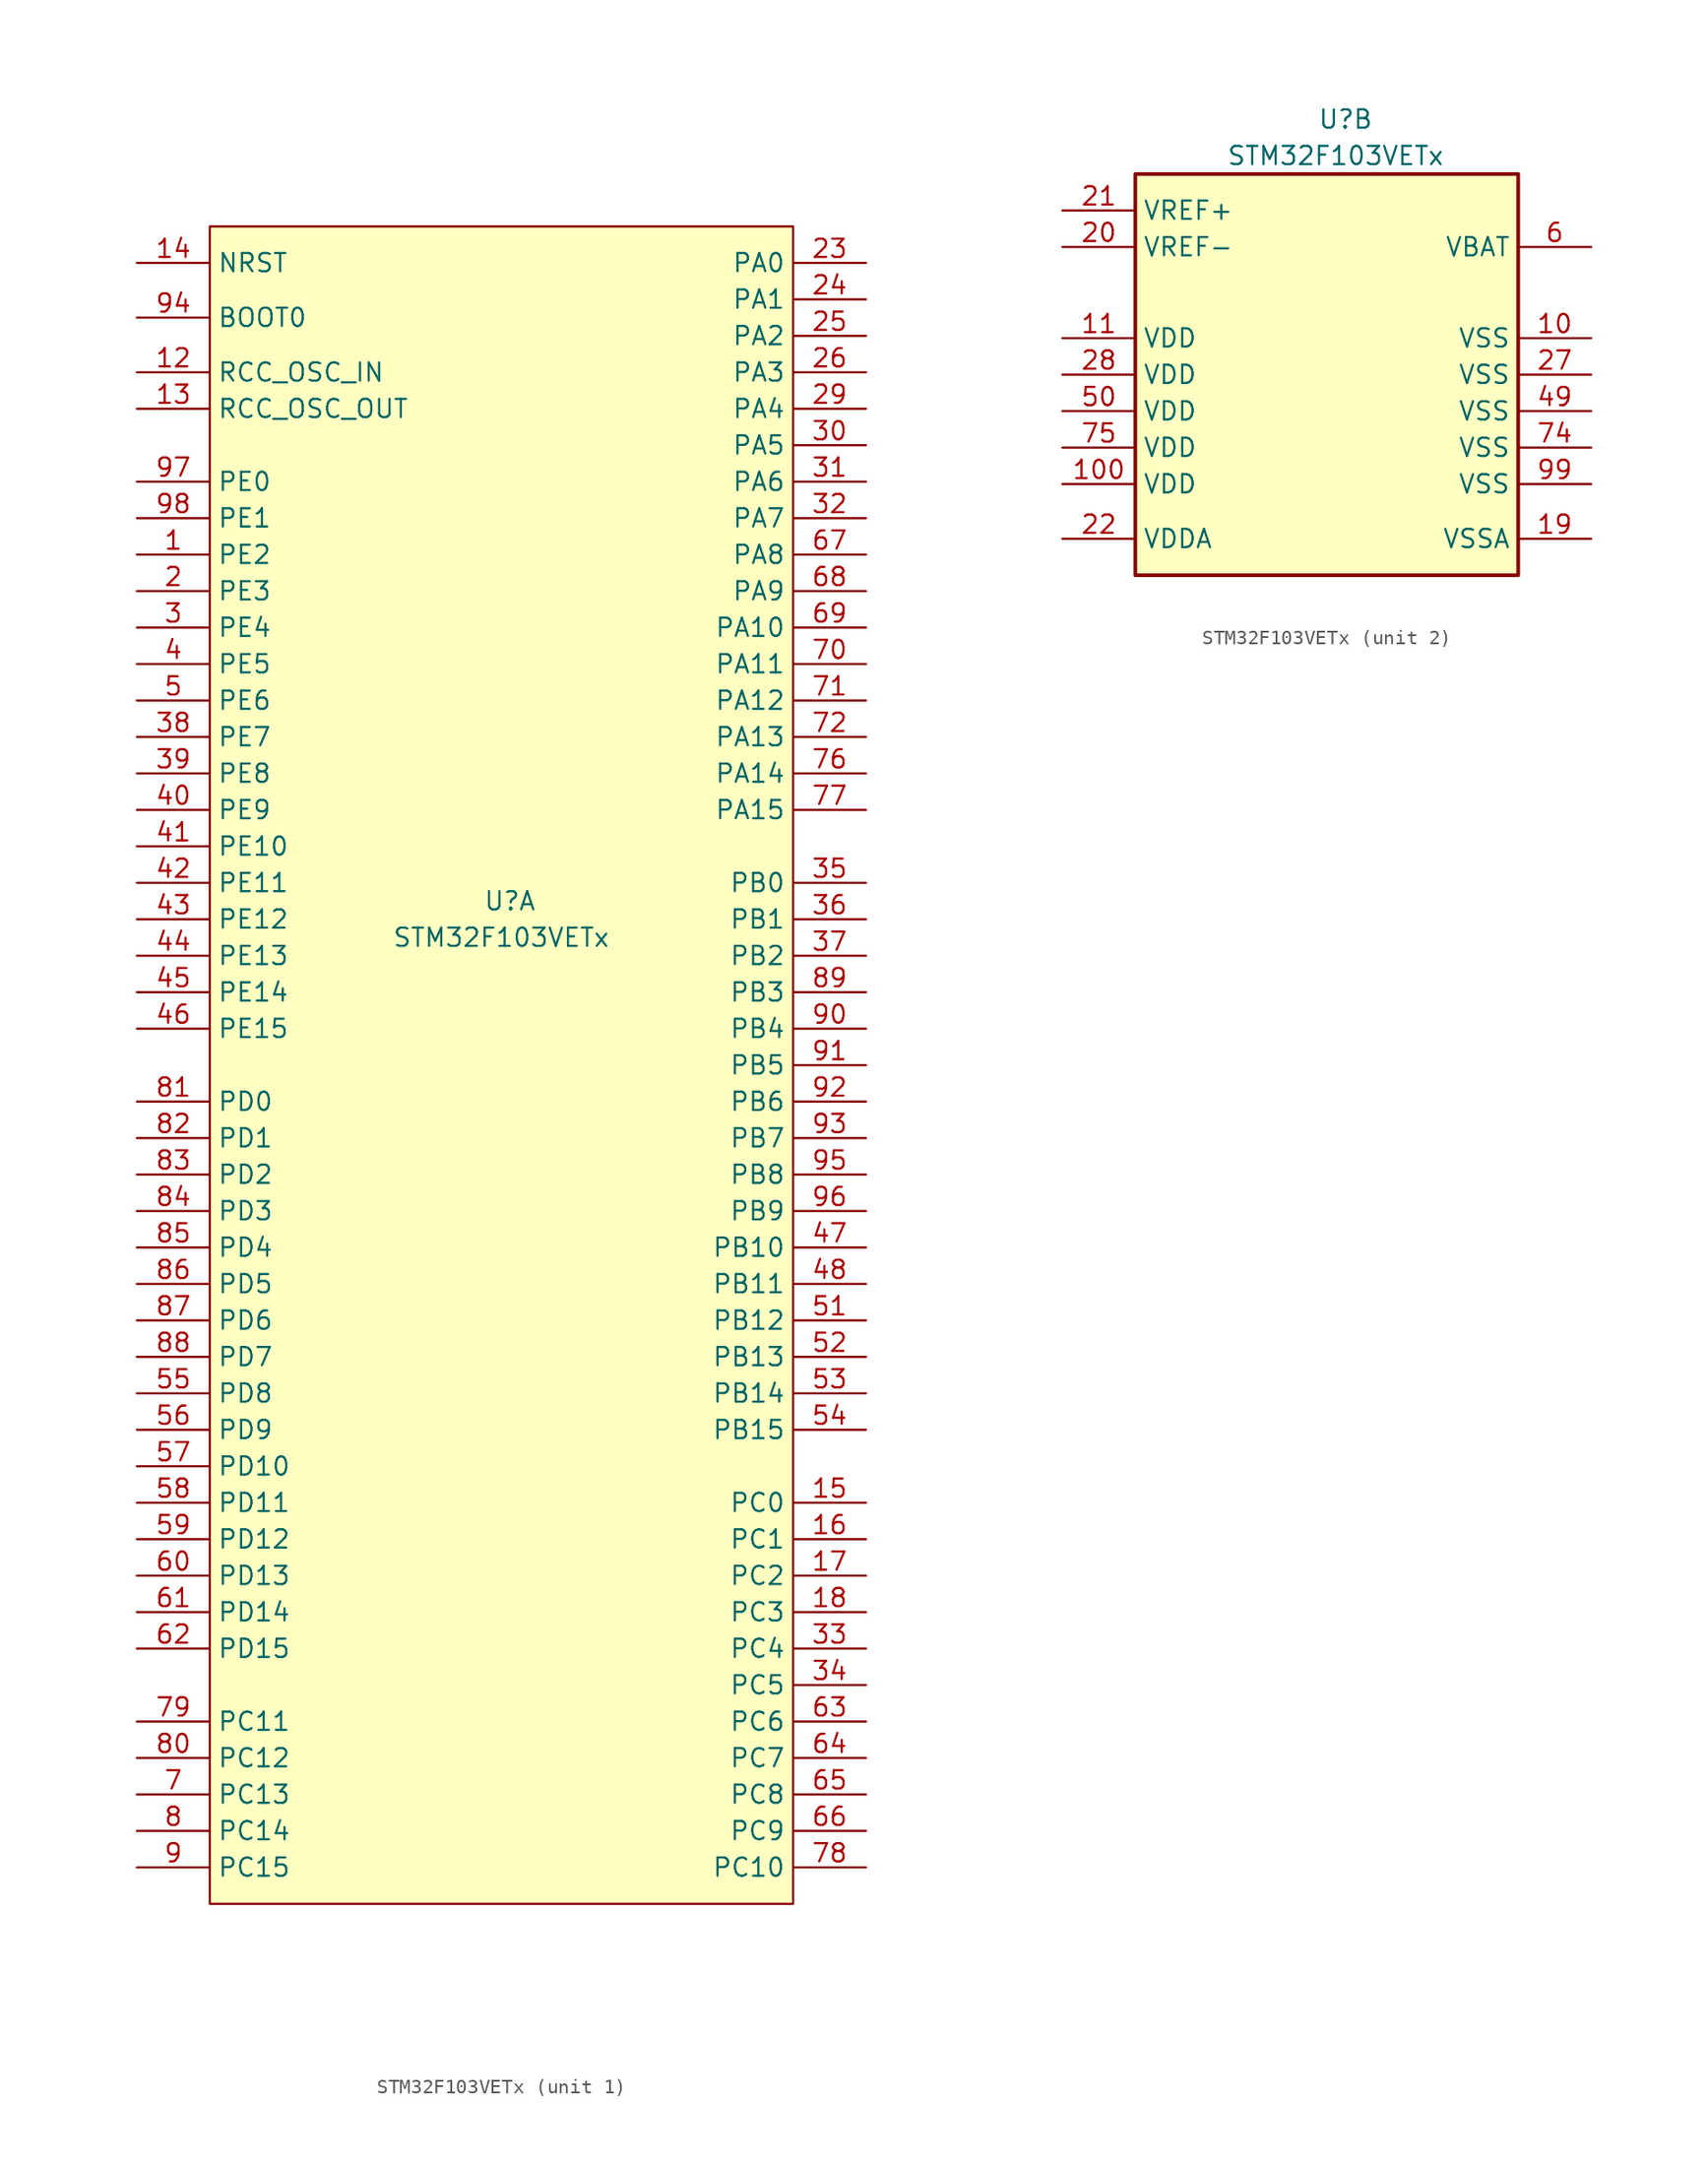
<source format=kicad_sym>
(kicad_symbol_lib
  (version 20201005)
  (generator kicad_symbol_editor)
  (symbol "CustomSymbols:STM32F103VETx"
    (property "Reference" "U"
      (at -1.27 16.51 0)
      (effects (font (size 1.27 1.27)) (justify left)))
    (property "Value" "STM32F103VETx"
      (at -7.62 13.97 0)
      (effects (font (size 1.27 1.27)) (justify left)))
    (property "ki_locked" ""
      (at 0 0 0)
      (effects (font (size 1.27 1.27))))
    (symbol "STM32F103VETx_1_1"
      (rectangle (start -20.32 63.5) (end 20.32 -53.34) (stroke (width 0.152)) (fill (type background)))
      (pin bidirectional line (at -25.4 40.64 0) (length 5.08) (name "PE2" (effects (font (size 1.27 1.27)))) (number "1" (effects (font (size 1.27 1.27)))))
      (pin input line (at -25.4 53.34 0) (length 5.08) (name "RCC_OSC_IN" (effects (font (size 1.27 1.27)))) (number "12" (effects (font (size 1.27 1.27)))))
      (pin input line (at -25.4 50.8 0) (length 5.08) (name "RCC_OSC_OUT" (effects (font (size 1.27 1.27)))) (number "13" (effects (font (size 1.27 1.27)))))
      (pin input line (at -25.4 60.96 0) (length 5.08) (name "NRST" (effects (font (size 1.27 1.27)))) (number "14" (effects (font (size 1.27 1.27)))))
      (pin bidirectional line (at 25.4 -25.4 180) (length 5.08) (name "PC0" (effects (font (size 1.27 1.27)))) (number "15" (effects (font (size 1.27 1.27)))))
      (pin bidirectional line (at 25.4 -27.94 180) (length 5.08) (name "PC1" (effects (font (size 1.27 1.27)))) (number "16" (effects (font (size 1.27 1.27)))))
      (pin bidirectional line (at 25.4 -30.48 180) (length 5.08) (name "PC2" (effects (font (size 1.27 1.27)))) (number "17" (effects (font (size 1.27 1.27)))))
      (pin bidirectional line (at 25.4 -33.02 180) (length 5.08) (name "PC3" (effects (font (size 1.27 1.27)))) (number "18" (effects (font (size 1.27 1.27)))))
      (pin bidirectional line (at -25.4 38.1 0) (length 5.08) (name "PE3" (effects (font (size 1.27 1.27)))) (number "2" (effects (font (size 1.27 1.27)))))
      (pin bidirectional line (at 25.4 60.96 180) (length 5.08) (name "PA0" (effects (font (size 1.27 1.27)))) (number "23" (effects (font (size 1.27 1.27)))))
      (pin bidirectional line (at 25.4 58.42 180) (length 5.08) (name "PA1" (effects (font (size 1.27 1.27)))) (number "24" (effects (font (size 1.27 1.27)))))
      (pin bidirectional line (at 25.4 55.88 180) (length 5.08) (name "PA2" (effects (font (size 1.27 1.27)))) (number "25" (effects (font (size 1.27 1.27)))))
      (pin bidirectional line (at 25.4 53.34 180) (length 5.08) (name "PA3" (effects (font (size 1.27 1.27)))) (number "26" (effects (font (size 1.27 1.27)))))
      (pin bidirectional line (at 25.4 50.8 180) (length 5.08) (name "PA4" (effects (font (size 1.27 1.27)))) (number "29" (effects (font (size 1.27 1.27)))))
      (pin bidirectional line (at -25.4 35.56 0) (length 5.08) (name "PE4" (effects (font (size 1.27 1.27)))) (number "3" (effects (font (size 1.27 1.27)))))
      (pin bidirectional line (at 25.4 48.26 180) (length 5.08) (name "PA5" (effects (font (size 1.27 1.27)))) (number "30" (effects (font (size 1.27 1.27)))))
      (pin bidirectional line (at 25.4 45.72 180) (length 5.08) (name "PA6" (effects (font (size 1.27 1.27)))) (number "31" (effects (font (size 1.27 1.27)))))
      (pin bidirectional line (at 25.4 43.18 180) (length 5.08) (name "PA7" (effects (font (size 1.27 1.27)))) (number "32" (effects (font (size 1.27 1.27)))))
      (pin bidirectional line (at 25.4 -35.56 180) (length 5.08) (name "PC4" (effects (font (size 1.27 1.27)))) (number "33" (effects (font (size 1.27 1.27)))))
      (pin bidirectional line (at 25.4 -38.1 180) (length 5.08) (name "PC5" (effects (font (size 1.27 1.27)))) (number "34" (effects (font (size 1.27 1.27)))))
      (pin bidirectional line (at 25.4 17.78 180) (length 5.08) (name "PB0" (effects (font (size 1.27 1.27)))) (number "35" (effects (font (size 1.27 1.27)))))
      (pin bidirectional line (at 25.4 15.24 180) (length 5.08) (name "PB1" (effects (font (size 1.27 1.27)))) (number "36" (effects (font (size 1.27 1.27)))))
      (pin bidirectional line (at 25.4 12.7 180) (length 5.08) (name "PB2" (effects (font (size 1.27 1.27)))) (number "37" (effects (font (size 1.27 1.27)))))
      (pin bidirectional line (at -25.4 27.94 0) (length 5.08) (name "PE7" (effects (font (size 1.27 1.27)))) (number "38" (effects (font (size 1.27 1.27)))))
      (pin bidirectional line (at -25.4 25.4 0) (length 5.08) (name "PE8" (effects (font (size 1.27 1.27)))) (number "39" (effects (font (size 1.27 1.27)))))
      (pin bidirectional line (at -25.4 33.02 0) (length 5.08) (name "PE5" (effects (font (size 1.27 1.27)))) (number "4" (effects (font (size 1.27 1.27)))))
      (pin bidirectional line (at -25.4 22.86 0) (length 5.08) (name "PE9" (effects (font (size 1.27 1.27)))) (number "40" (effects (font (size 1.27 1.27)))))
      (pin bidirectional line (at -25.4 20.32 0) (length 5.08) (name "PE10" (effects (font (size 1.27 1.27)))) (number "41" (effects (font (size 1.27 1.27)))))
      (pin bidirectional line (at -25.4 17.78 0) (length 5.08) (name "PE11" (effects (font (size 1.27 1.27)))) (number "42" (effects (font (size 1.27 1.27)))))
      (pin bidirectional line (at -25.4 15.24 0) (length 5.08) (name "PE12" (effects (font (size 1.27 1.27)))) (number "43" (effects (font (size 1.27 1.27)))))
      (pin bidirectional line (at -25.4 12.7 0) (length 5.08) (name "PE13" (effects (font (size 1.27 1.27)))) (number "44" (effects (font (size 1.27 1.27)))))
      (pin bidirectional line (at -25.4 10.16 0) (length 5.08) (name "PE14" (effects (font (size 1.27 1.27)))) (number "45" (effects (font (size 1.27 1.27)))))
      (pin bidirectional line (at -25.4 7.62 0) (length 5.08) (name "PE15" (effects (font (size 1.27 1.27)))) (number "46" (effects (font (size 1.27 1.27)))))
      (pin bidirectional line (at 25.4 -7.62 180) (length 5.08) (name "PB10" (effects (font (size 1.27 1.27)))) (number "47" (effects (font (size 1.27 1.27)))))
      (pin bidirectional line (at 25.4 -10.16 180) (length 5.08) (name "PB11" (effects (font (size 1.27 1.27)))) (number "48" (effects (font (size 1.27 1.27)))))
      (pin bidirectional line (at -25.4 30.48 0) (length 5.08) (name "PE6" (effects (font (size 1.27 1.27)))) (number "5" (effects (font (size 1.27 1.27)))))
      (pin bidirectional line (at 25.4 -12.7 180) (length 5.08) (name "PB12" (effects (font (size 1.27 1.27)))) (number "51" (effects (font (size 1.27 1.27)))))
      (pin bidirectional line (at 25.4 -15.24 180) (length 5.08) (name "PB13" (effects (font (size 1.27 1.27)))) (number "52" (effects (font (size 1.27 1.27)))))
      (pin bidirectional line (at 25.4 -17.78 180) (length 5.08) (name "PB14" (effects (font (size 1.27 1.27)))) (number "53" (effects (font (size 1.27 1.27)))))
      (pin bidirectional line (at 25.4 -20.32 180) (length 5.08) (name "PB15" (effects (font (size 1.27 1.27)))) (number "54" (effects (font (size 1.27 1.27)))))
      (pin bidirectional line (at -25.4 -17.78 0) (length 5.08) (name "PD8" (effects (font (size 1.27 1.27)))) (number "55" (effects (font (size 1.27 1.27)))))
      (pin bidirectional line (at -25.4 -20.32 0) (length 5.08) (name "PD9" (effects (font (size 1.27 1.27)))) (number "56" (effects (font (size 1.27 1.27)))))
      (pin bidirectional line (at -25.4 -22.86 0) (length 5.08) (name "PD10" (effects (font (size 1.27 1.27)))) (number "57" (effects (font (size 1.27 1.27)))))
      (pin bidirectional line (at -25.4 -25.4 0) (length 5.08) (name "PD11" (effects (font (size 1.27 1.27)))) (number "58" (effects (font (size 1.27 1.27)))))
      (pin bidirectional line (at -25.4 -27.94 0) (length 5.08) (name "PD12" (effects (font (size 1.27 1.27)))) (number "59" (effects (font (size 1.27 1.27)))))
      (pin bidirectional line (at -25.4 -30.48 0) (length 5.08) (name "PD13" (effects (font (size 1.27 1.27)))) (number "60" (effects (font (size 1.27 1.27)))))
      (pin bidirectional line (at -25.4 -33.02 0) (length 5.08) (name "PD14" (effects (font (size 1.27 1.27)))) (number "61" (effects (font (size 1.27 1.27)))))
      (pin bidirectional line (at -25.4 -35.56 0) (length 5.08) (name "PD15" (effects (font (size 1.27 1.27)))) (number "62" (effects (font (size 1.27 1.27)))))
      (pin bidirectional line (at 25.4 -40.64 180) (length 5.08) (name "PC6" (effects (font (size 1.27 1.27)))) (number "63" (effects (font (size 1.27 1.27)))))
      (pin bidirectional line (at 25.4 -43.18 180) (length 5.08) (name "PC7" (effects (font (size 1.27 1.27)))) (number "64" (effects (font (size 1.27 1.27)))))
      (pin bidirectional line (at 25.4 -45.72 180) (length 5.08) (name "PC8" (effects (font (size 1.27 1.27)))) (number "65" (effects (font (size 1.27 1.27)))))
      (pin bidirectional line (at 25.4 -48.26 180) (length 5.08) (name "PC9" (effects (font (size 1.27 1.27)))) (number "66" (effects (font (size 1.27 1.27)))))
      (pin bidirectional line (at 25.4 40.64 180) (length 5.08) (name "PA8" (effects (font (size 1.27 1.27)))) (number "67" (effects (font (size 1.27 1.27)))))
      (pin bidirectional line (at 25.4 38.1 180) (length 5.08) (name "PA9" (effects (font (size 1.27 1.27)))) (number "68" (effects (font (size 1.27 1.27)))))
      (pin bidirectional line (at 25.4 35.56 180) (length 5.08) (name "PA10" (effects (font (size 1.27 1.27)))) (number "69" (effects (font (size 1.27 1.27)))))
      (pin bidirectional line (at -25.4 -45.72 0) (length 5.08) (name "PC13" (effects (font (size 1.27 1.27)))) (number "7" (effects (font (size 1.27 1.27)))))
      (pin bidirectional line (at 25.4 33.02 180) (length 5.08) (name "PA11" (effects (font (size 1.27 1.27)))) (number "70" (effects (font (size 1.27 1.27)))))
      (pin bidirectional line (at 25.4 30.48 180) (length 5.08) (name "PA12" (effects (font (size 1.27 1.27)))) (number "71" (effects (font (size 1.27 1.27)))))
      (pin bidirectional line (at 25.4 27.94 180) (length 5.08) (name "PA13" (effects (font (size 1.27 1.27)))) (number "72" (effects (font (size 1.27 1.27)))))
      (pin no_connect line (at 0 -43.18 90) (length 5.08) hide (name "NC" (effects (font (size 1.27 1.27)))) (number "73" (effects (font (size 1.27 1.27)))))
      (pin bidirectional line (at 25.4 25.4 180) (length 5.08) (name "PA14" (effects (font (size 1.27 1.27)))) (number "76" (effects (font (size 1.27 1.27)))))
      (pin bidirectional line (at 25.4 22.86 180) (length 5.08) (name "PA15" (effects (font (size 1.27 1.27)))) (number "77" (effects (font (size 1.27 1.27)))))
      (pin bidirectional line (at 25.4 -50.8 180) (length 5.08) (name "PC10" (effects (font (size 1.27 1.27)))) (number "78" (effects (font (size 1.27 1.27)))))
      (pin bidirectional line (at -25.4 -40.64 0) (length 5.08) (name "PC11" (effects (font (size 1.27 1.27)))) (number "79" (effects (font (size 1.27 1.27)))))
      (pin bidirectional line (at -25.4 -48.26 0) (length 5.08) (name "PC14" (effects (font (size 1.27 1.27)))) (number "8" (effects (font (size 1.27 1.27)))))
      (pin bidirectional line (at -25.4 -43.18 0) (length 5.08) (name "PC12" (effects (font (size 1.27 1.27)))) (number "80" (effects (font (size 1.27 1.27)))))
      (pin bidirectional line (at -25.4 2.54 0) (length 5.08) (name "PD0" (effects (font (size 1.27 1.27)))) (number "81" (effects (font (size 1.27 1.27)))))
      (pin bidirectional line (at -25.4 0 0) (length 5.08) (name "PD1" (effects (font (size 1.27 1.27)))) (number "82" (effects (font (size 1.27 1.27)))))
      (pin bidirectional line (at -25.4 -2.54 0) (length 5.08) (name "PD2" (effects (font (size 1.27 1.27)))) (number "83" (effects (font (size 1.27 1.27)))))
      (pin bidirectional line (at -25.4 -5.08 0) (length 5.08) (name "PD3" (effects (font (size 1.27 1.27)))) (number "84" (effects (font (size 1.27 1.27)))))
      (pin bidirectional line (at -25.4 -7.62 0) (length 5.08) (name "PD4" (effects (font (size 1.27 1.27)))) (number "85" (effects (font (size 1.27 1.27)))))
      (pin bidirectional line (at -25.4 -10.16 0) (length 5.08) (name "PD5" (effects (font (size 1.27 1.27)))) (number "86" (effects (font (size 1.27 1.27)))))
      (pin bidirectional line (at -25.4 -12.7 0) (length 5.08) (name "PD6" (effects (font (size 1.27 1.27)))) (number "87" (effects (font (size 1.27 1.27)))))
      (pin bidirectional line (at -25.4 -15.24 0) (length 5.08) (name "PD7" (effects (font (size 1.27 1.27)))) (number "88" (effects (font (size 1.27 1.27)))))
      (pin bidirectional line (at 25.4 10.16 180) (length 5.08) (name "PB3" (effects (font (size 1.27 1.27)))) (number "89" (effects (font (size 1.27 1.27)))))
      (pin bidirectional line (at -25.4 -50.8 0) (length 5.08) (name "PC15" (effects (font (size 1.27 1.27)))) (number "9" (effects (font (size 1.27 1.27)))))
      (pin bidirectional line (at 25.4 7.62 180) (length 5.08) (name "PB4" (effects (font (size 1.27 1.27)))) (number "90" (effects (font (size 1.27 1.27)))))
      (pin bidirectional line (at 25.4 5.08 180) (length 5.08) (name "PB5" (effects (font (size 1.27 1.27)))) (number "91" (effects (font (size 1.27 1.27)))))
      (pin bidirectional line (at 25.4 2.54 180) (length 5.08) (name "PB6" (effects (font (size 1.27 1.27)))) (number "92" (effects (font (size 1.27 1.27)))))
      (pin bidirectional line (at 25.4 0 180) (length 5.08) (name "PB7" (effects (font (size 1.27 1.27)))) (number "93" (effects (font (size 1.27 1.27)))))
      (pin input line (at -25.4 57.15 0) (length 5.08) (name "BOOT0" (effects (font (size 1.27 1.27)))) (number "94" (effects (font (size 1.27 1.27)))))
      (pin bidirectional line (at 25.4 -2.54 180) (length 5.08) (name "PB8" (effects (font (size 1.27 1.27)))) (number "95" (effects (font (size 1.27 1.27)))))
      (pin bidirectional line (at 25.4 -5.08 180) (length 5.08) (name "PB9" (effects (font (size 1.27 1.27)))) (number "96" (effects (font (size 1.27 1.27)))))
      (pin bidirectional line (at -25.4 45.72 0) (length 5.08) (name "PE0" (effects (font (size 1.27 1.27)))) (number "97" (effects (font (size 1.27 1.27)))))
      (pin bidirectional line (at -25.4 43.18 0) (length 5.08) (name "PE1" (effects (font (size 1.27 1.27)))) (number "98" (effects (font (size 1.27 1.27))))))
    (symbol "STM32F103VETx_2_1"
      (rectangle (start -13.97 12.7) (end 12.7 -15.24) (stroke (width 0.254)) (fill (type background)))
      (pin power_in line (at 17.78 1.27 180) (length 5.08) (name "VSS" (effects (font (size 1.27 1.27)))) (number "10" (effects (font (size 1.27 1.27)))))
      (pin power_in line (at -19.05 -8.89 0) (length 5.08) (name "VDD" (effects (font (size 1.27 1.27)))) (number "100" (effects (font (size 1.27 1.27)))))
      (pin power_in line (at -19.05 1.27 0) (length 5.08) (name "VDD" (effects (font (size 1.27 1.27)))) (number "11" (effects (font (size 1.27 1.27)))))
      (pin power_in line (at 17.78 -12.7 180) (length 5.08) (name "VSSA" (effects (font (size 1.27 1.27)))) (number "19" (effects (font (size 1.27 1.27)))))
      (pin power_in line (at -19.05 7.62 0) (length 5.08) (name "VREF-" (effects (font (size 1.27 1.27)))) (number "20" (effects (font (size 1.27 1.27)))))
      (pin power_in line (at -19.05 10.16 0) (length 5.08) (name "VREF+" (effects (font (size 1.27 1.27)))) (number "21" (effects (font (size 1.27 1.27)))))
      (pin power_in line (at -19.05 -12.7 0) (length 5.08) (name "VDDA" (effects (font (size 1.27 1.27)))) (number "22" (effects (font (size 1.27 1.27)))))
      (pin power_in line (at 17.78 -1.27 180) (length 5.08) (name "VSS" (effects (font (size 1.27 1.27)))) (number "27" (effects (font (size 1.27 1.27)))))
      (pin power_in line (at -19.05 -1.27 0) (length 5.08) (name "VDD" (effects (font (size 1.27 1.27)))) (number "28" (effects (font (size 1.27 1.27)))))
      (pin power_in line (at 17.78 -3.81 180) (length 5.08) (name "VSS" (effects (font (size 1.27 1.27)))) (number "49" (effects (font (size 1.27 1.27)))))
      (pin power_in line (at -19.05 -3.81 0) (length 5.08) (name "VDD" (effects (font (size 1.27 1.27)))) (number "50" (effects (font (size 1.27 1.27)))))
      (pin power_in line (at 17.78 7.62 180) (length 5.08) (name "VBAT" (effects (font (size 1.27 1.27)))) (number "6" (effects (font (size 1.27 1.27)))))
      (pin no_connect line (at 0 -11.43 90) (length 5.08) hide (name "NC" (effects (font (size 1.27 1.27)))) (number "73" (effects (font (size 1.27 1.27)))))
      (pin power_in line (at 17.78 -6.35 180) (length 5.08) (name "VSS" (effects (font (size 1.27 1.27)))) (number "74" (effects (font (size 1.27 1.27)))))
      (pin power_in line (at -19.05 -6.35 0) (length 5.08) (name "VDD" (effects (font (size 1.27 1.27)))) (number "75" (effects (font (size 1.27 1.27)))))
      (pin power_in line (at 17.78 -8.89 180) (length 5.08) (name "VSS" (effects (font (size 1.27 1.27)))) (number "99" (effects (font (size 1.27 1.27))))))))
</source>
